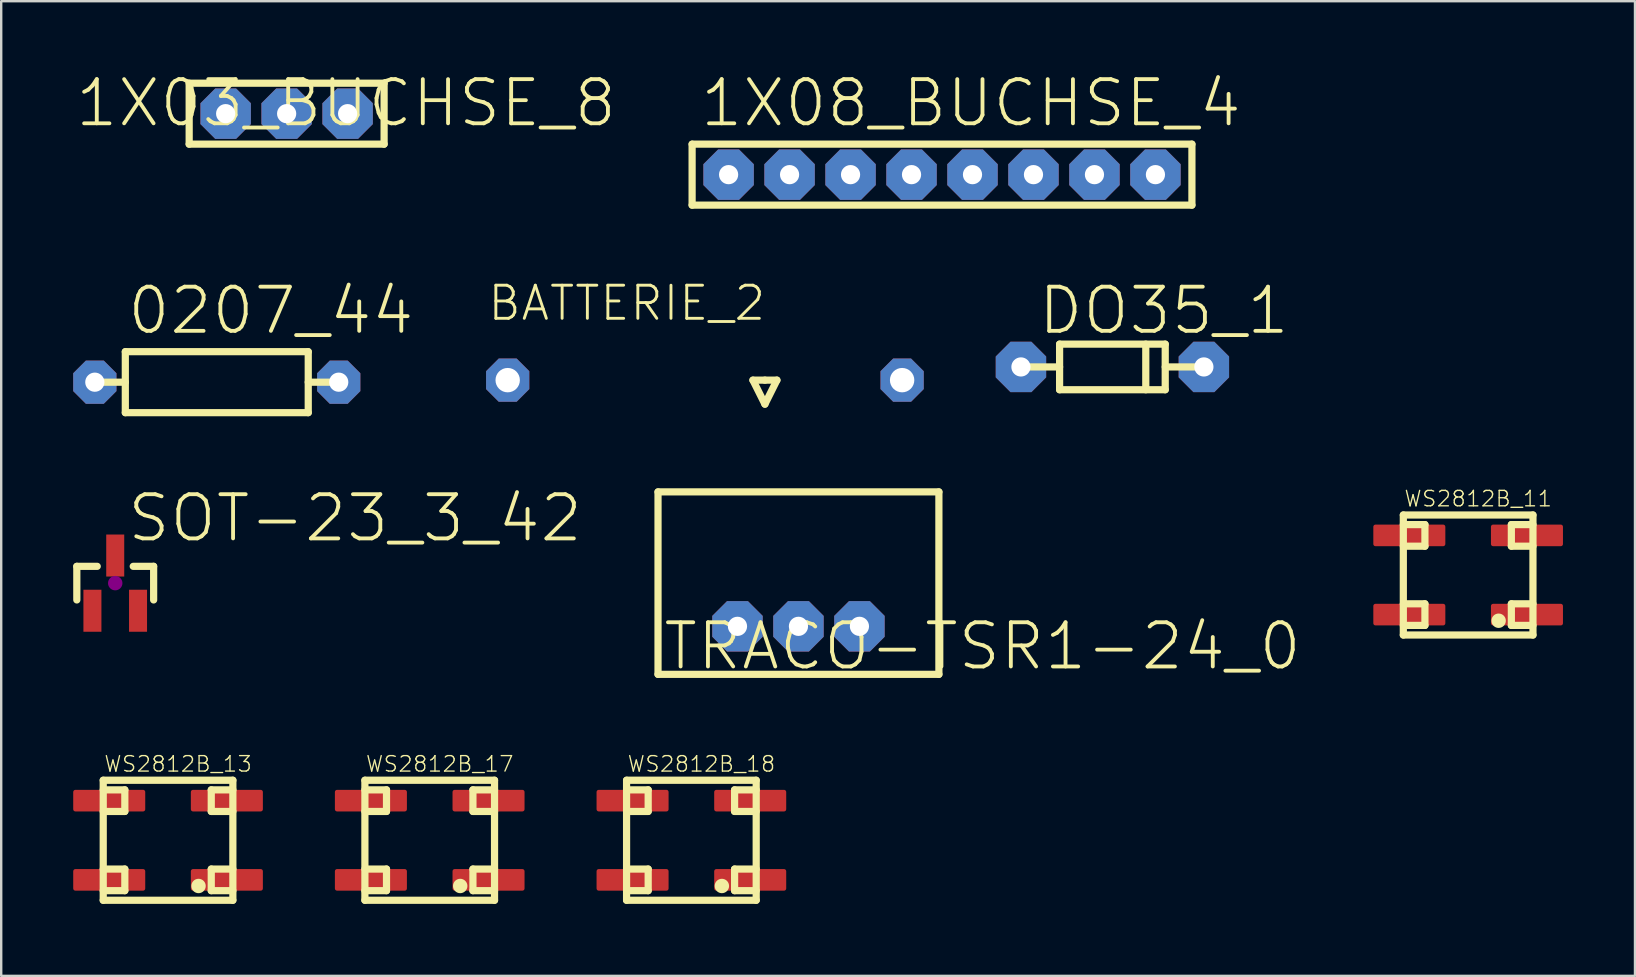
<source format=kicad_pcb>
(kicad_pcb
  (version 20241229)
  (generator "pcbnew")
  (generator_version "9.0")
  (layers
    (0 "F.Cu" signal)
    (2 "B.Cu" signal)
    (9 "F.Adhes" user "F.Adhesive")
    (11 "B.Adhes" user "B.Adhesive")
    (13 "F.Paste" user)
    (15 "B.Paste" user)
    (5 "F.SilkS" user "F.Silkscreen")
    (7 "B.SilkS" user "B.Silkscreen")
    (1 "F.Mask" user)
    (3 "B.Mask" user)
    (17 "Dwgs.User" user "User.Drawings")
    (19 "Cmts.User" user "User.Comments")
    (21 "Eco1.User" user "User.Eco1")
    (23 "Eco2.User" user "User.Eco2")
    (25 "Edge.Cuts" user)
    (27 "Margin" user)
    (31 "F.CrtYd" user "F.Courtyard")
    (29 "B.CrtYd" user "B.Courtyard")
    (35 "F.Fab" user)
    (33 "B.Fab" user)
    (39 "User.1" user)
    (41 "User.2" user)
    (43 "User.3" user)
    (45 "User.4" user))
  (footprint "TRACO-TSR1-24_0"
    (layer "F.Cu")
    (at 30.21 23.04)
    (property "Reference" "TRACO-TSR1-24_0" (at -5.715 1.905 0) (layer "F.SilkS") (effects (font (size 1.84 1.84) (thickness 0.16)) (justify left bottom)))
    (fp_line (start -5.85 -5.6) (end 5.85 -5.6) (stroke (width 0.3) (type solid)) (layer "F.SilkS"))
    (fp_line (start -5.85 2) (end -5.85 -5.6) (stroke (width 0.3) (type solid)) (layer "F.SilkS"))
    (fp_line (start -5.85 2) (end 5.85 2) (stroke (width 0.3) (type solid)) (layer "F.SilkS"))
    (fp_line (start 5.85 -5.6) (end 5.85 2) (stroke (width 0.3) (type solid)) (layer "F.SilkS"))
    (pad "1" thru_hole roundrect (at -2.54 0) (size 2.1 2.1) (drill 0.8) (layers "*.Cu" "*.Mask") (roundrect_rratio 0.25) (chamfer_ratio 0.293) (chamfer top_left top_right bottom_left bottom_right))
    (pad "2" thru_hole roundrect (at 0 0) (size 2.1 2.1) (drill 0.8) (layers "*.Cu" "*.Mask") (roundrect_rratio 0.25) (chamfer_ratio 0.293) (chamfer top_left top_right bottom_left bottom_right))
    (pad "3" thru_hole roundrect (at 2.54 0) (size 2.1 2.1) (drill 0.8) (layers "*.Cu" "*.Mask") (roundrect_rratio 0.25) (chamfer_ratio 0.293) (chamfer top_left top_right bottom_left bottom_right)))
  (footprint "WS2812B_13"
    (layer "F.Cu")
    (at 3.95 31.951)
    (property "Reference" "WS2812B_13" (at -2.7 -2.8 0) (layer "F.SilkS") (effects (font (size 0.644 0.644) (thickness 0.056)) (justify left bottom)))
    (fp_line (start -2.7 -2.5) (end 2.7 -2.5) (stroke (width 0.3) (type solid)) (layer "F.SilkS"))
    (fp_line (start -2.7 2.5) (end -2.7 -2.5) (stroke (width 0.3) (type solid)) (layer "F.SilkS"))
    (fp_line (start -1.8 -2.1) (end -2.7 -2.1) (stroke (width 0.3) (type solid)) (layer "F.SilkS"))
    (fp_line (start -1.8 -1.2) (end -2.7 -1.2) (stroke (width 0.3) (type solid)) (layer "F.SilkS"))
    (fp_line (start -1.8 -1.2) (end -1.8 -2.1) (stroke (width 0.3) (type solid)) (layer "F.SilkS"))
    (fp_line (start -1.8 1.2) (end -2.7 1.2) (stroke (width 0.3) (type solid)) (layer "F.SilkS"))
    (fp_line (start -1.8 2.1) (end -2.7 2.1) (stroke (width 0.3) (type solid)) (layer "F.SilkS"))
    (fp_line (start -1.8 2.1) (end -1.8 1.2) (stroke (width 0.3) (type solid)) (layer "F.SilkS"))
    (fp_line (start 1.8 -2.1) (end 2.7 -2.1) (stroke (width 0.3) (type solid)) (layer "F.SilkS"))
    (fp_line (start 1.8 -1.2) (end 1.8 -2.1) (stroke (width 0.3) (type solid)) (layer "F.SilkS"))
    (fp_line (start 1.8 -1.2) (end 2.7 -1.2) (stroke (width 0.3) (type solid)) (layer "F.SilkS"))
    (fp_line (start 1.8 1.2) (end 2.7 1.2) (stroke (width 0.3) (type solid)) (layer "F.SilkS"))
    (fp_line (start 1.8 2.1) (end 1.8 1.2) (stroke (width 0.3) (type solid)) (layer "F.SilkS"))
    (fp_line (start 1.8 2.1) (end 2.7 2.1) (stroke (width 0.3) (type solid)) (layer "F.SilkS"))
    (fp_line (start 2.7 -2.5) (end 2.7 2.5) (stroke (width 0.3) (type solid)) (layer "F.SilkS"))
    (fp_line (start 2.7 2.5) (end -2.7 2.5) (stroke (width 0.3) (type solid)) (layer "F.SilkS"))
    (fp_circle (center 1.27 1.905) (end 1.42 1.905) (stroke (width 0.3) (type solid)) (fill yes) (layer "F.SilkS"))
    (pad "1" smd roundrect (at -2.45 -1.65) (size 3 0.9) (layers "F.Cu" "F.Mask" "F.Paste") (roundrect_rratio 0.1))
    (pad "2" smd roundrect (at -2.45 1.65) (size 3 0.9) (layers "F.Cu" "F.Mask" "F.Paste") (roundrect_rratio 0.1))
    (pad "3" smd roundrect (at 2.45 1.65) (size 3 0.9) (layers "F.Cu" "F.Mask" "F.Paste") (roundrect_rratio 0.1))
    (pad "4" smd roundrect (at 2.45 -1.65) (size 3 0.9) (layers "F.Cu" "F.Mask" "F.Paste") (roundrect_rratio 0.1)))
  (footprint "1X08_BUCHSE_4"
    (layer "F.Cu")
    (at 36.19 4.225)
    (property "Reference" "1X08_BUCHSE_4" (at -10.16 -1.905 0) (layer "F.SilkS") (effects (font (size 1.84 1.84) (thickness 0.16)) (justify left bottom)))
    (fp_line (start -10.41 -1.27) (end -10.41 1.27) (stroke (width 0.3) (type solid)) (layer "F.SilkS"))
    (fp_line (start -10.41 1.27) (end 10.41 1.27) (stroke (width 0.3) (type solid)) (layer "F.SilkS"))
    (fp_line (start 10.41 -1.27) (end -10.41 -1.27) (stroke (width 0.3) (type solid)) (layer "F.SilkS"))
    (fp_line (start 10.41 1.27) (end 10.41 -1.27) (stroke (width 0.3) (type solid)) (layer "F.SilkS"))
    (pad "1" thru_hole roundrect (at -8.89 0) (size 2.1 2.1) (drill 0.8) (layers "*.Cu" "*.Mask") (roundrect_rratio 0.25) (chamfer_ratio 0.293) (chamfer top_left top_right bottom_left bottom_right))
    (pad "2" thru_hole roundrect (at -6.35 0) (size 2.1 2.1) (drill 0.8) (layers "*.Cu" "*.Mask") (roundrect_rratio 0.25) (chamfer_ratio 0.293) (chamfer top_left top_right bottom_left bottom_right))
    (pad "3" thru_hole roundrect (at -3.81 0) (size 2.1 2.1) (drill 0.8) (layers "*.Cu" "*.Mask") (roundrect_rratio 0.25) (chamfer_ratio 0.293) (chamfer top_left top_right bottom_left bottom_right))
    (pad "4" thru_hole roundrect (at -1.27 0) (size 2.1 2.1) (drill 0.8) (layers "*.Cu" "*.Mask") (roundrect_rratio 0.25) (chamfer_ratio 0.293) (chamfer top_left top_right bottom_left bottom_right))
    (pad "5" thru_hole roundrect (at 1.27 0) (size 2.1 2.1) (drill 0.8) (layers "*.Cu" "*.Mask") (roundrect_rratio 0.25) (chamfer_ratio 0.293) (chamfer top_left top_right bottom_left bottom_right))
    (pad "6" thru_hole roundrect (at 3.81 0) (size 2.1 2.1) (drill 0.8) (layers "*.Cu" "*.Mask") (roundrect_rratio 0.25) (chamfer_ratio 0.293) (chamfer top_left top_right bottom_left bottom_right))
    (pad "7" thru_hole roundrect (at 6.35 0) (size 2.1 2.1) (drill 0.8) (layers "*.Cu" "*.Mask") (roundrect_rratio 0.25) (chamfer_ratio 0.293) (chamfer top_left top_right bottom_left bottom_right))
    (pad "8" thru_hole roundrect (at 8.89 0) (size 2.1 2.1) (drill 0.8) (layers "*.Cu" "*.Mask") (roundrect_rratio 0.25) (chamfer_ratio 0.293) (chamfer top_left top_right bottom_left bottom_right)))
  (footprint "WS2812B_18"
    (layer "F.Cu")
    (at 25.75 31.951)
    (property "Reference" "WS2812B_18" (at -2.7 -2.8 0) (layer "F.SilkS") (effects (font (size 0.644 0.644) (thickness 0.056)) (justify left bottom)))
    (fp_line (start -2.7 -2.5) (end 2.7 -2.5) (stroke (width 0.3) (type solid)) (layer "F.SilkS"))
    (fp_line (start -2.7 2.5) (end -2.7 -2.5) (stroke (width 0.3) (type solid)) (layer "F.SilkS"))
    (fp_line (start -1.8 -2.1) (end -2.7 -2.1) (stroke (width 0.3) (type solid)) (layer "F.SilkS"))
    (fp_line (start -1.8 -1.2) (end -2.7 -1.2) (stroke (width 0.3) (type solid)) (layer "F.SilkS"))
    (fp_line (start -1.8 -1.2) (end -1.8 -2.1) (stroke (width 0.3) (type solid)) (layer "F.SilkS"))
    (fp_line (start -1.8 1.2) (end -2.7 1.2) (stroke (width 0.3) (type solid)) (layer "F.SilkS"))
    (fp_line (start -1.8 2.1) (end -2.7 2.1) (stroke (width 0.3) (type solid)) (layer "F.SilkS"))
    (fp_line (start -1.8 2.1) (end -1.8 1.2) (stroke (width 0.3) (type solid)) (layer "F.SilkS"))
    (fp_line (start 1.8 -2.1) (end 2.7 -2.1) (stroke (width 0.3) (type solid)) (layer "F.SilkS"))
    (fp_line (start 1.8 -1.2) (end 1.8 -2.1) (stroke (width 0.3) (type solid)) (layer "F.SilkS"))
    (fp_line (start 1.8 -1.2) (end 2.7 -1.2) (stroke (width 0.3) (type solid)) (layer "F.SilkS"))
    (fp_line (start 1.8 1.2) (end 2.7 1.2) (stroke (width 0.3) (type solid)) (layer "F.SilkS"))
    (fp_line (start 1.8 2.1) (end 1.8 1.2) (stroke (width 0.3) (type solid)) (layer "F.SilkS"))
    (fp_line (start 1.8 2.1) (end 2.7 2.1) (stroke (width 0.3) (type solid)) (layer "F.SilkS"))
    (fp_line (start 2.7 -2.5) (end 2.7 2.5) (stroke (width 0.3) (type solid)) (layer "F.SilkS"))
    (fp_line (start 2.7 2.5) (end -2.7 2.5) (stroke (width 0.3) (type solid)) (layer "F.SilkS"))
    (fp_circle (center 1.27 1.905) (end 1.42 1.905) (stroke (width 0.3) (type solid)) (fill yes) (layer "F.SilkS"))
    (pad "1" smd roundrect (at -2.45 -1.65) (size 3 0.9) (layers "F.Cu" "F.Mask" "F.Paste") (roundrect_rratio 0.1))
    (pad "2" smd roundrect (at -2.45 1.65) (size 3 0.9) (layers "F.Cu" "F.Mask" "F.Paste") (roundrect_rratio 0.1))
    (pad "3" smd roundrect (at 2.45 1.65) (size 3 0.9) (layers "F.Cu" "F.Mask" "F.Paste") (roundrect_rratio 0.1))
    (pad "4" smd roundrect (at 2.45 -1.65) (size 3 0.9) (layers "F.Cu" "F.Mask" "F.Paste") (roundrect_rratio 0.1)))
  (footprint "1X03_BUCHSE_8"
    (layer "F.Cu")
    (at 8.89 1.685)
    (property "Reference" "1X03_BUCHSE_8" (at -8.89 0.635 0) (layer "F.SilkS") (effects (font (size 1.84 1.84) (thickness 0.16)) (justify left bottom)))
    (fp_line (start -4.06 -1.27) (end -4.06 1.27) (stroke (width 0.3) (type solid)) (layer "F.SilkS"))
    (fp_line (start -4.06 1.27) (end 4.06 1.27) (stroke (width 0.3) (type solid)) (layer "F.SilkS"))
    (fp_line (start 4.06 -1.27) (end -4.06 -1.27) (stroke (width 0.3) (type solid)) (layer "F.SilkS"))
    (fp_line (start 4.06 1.27) (end 4.06 -1.27) (stroke (width 0.3) (type solid)) (layer "F.SilkS"))
    (pad "1" thru_hole roundrect (at -2.54 0) (size 2.1 2.1) (drill 0.8) (layers "*.Cu" "*.Mask") (roundrect_rratio 0.25) (chamfer_ratio 0.293) (chamfer top_left top_right bottom_left bottom_right))
    (pad "2" thru_hole roundrect (at 0 0) (size 2.1 2.1) (drill 0.8) (layers "*.Cu" "*.Mask") (roundrect_rratio 0.25) (chamfer_ratio 0.293) (chamfer top_left top_right bottom_left bottom_right))
    (pad "3" thru_hole roundrect (at 2.54 0) (size 2.1 2.1) (drill 0.8) (layers "*.Cu" "*.Mask") (roundrect_rratio 0.25) (chamfer_ratio 0.293) (chamfer top_left top_right bottom_left bottom_right)))
  (footprint "SOT-23_3_42"
    (layer "F.Cu")
    (at 1.75 21.241)
    (property "Reference" "SOT-23_3_42" (at 0.422 -1.631 0) (layer "F.SilkS") (effects (font (size 1.84 1.84) (thickness 0.16)) (justify left bottom)))
    (fp_line (start -1.6 -0.7) (end -0.75 -0.7) (stroke (width 0.3) (type solid)) (layer "F.SilkS"))
    (fp_line (start -1.6 0.7) (end -1.6 -0.7) (stroke (width 0.3) (type solid)) (layer "F.SilkS"))
    (fp_line (start 0.75 -0.7) (end 1.6 -0.7) (stroke (width 0.3) (type solid)) (layer "F.SilkS"))
    (fp_line (start 1.6 -0.7) (end 1.6 0.7) (stroke (width 0.3) (type solid)) (layer "F.SilkS"))
    (fp_circle (center 0 0) (end 0.15 0) (stroke (width 0.3) (type solid)) (fill yes) (layer "F.Adhes"))
    (pad "1" smd rect (at -0.95 1.15) (size 0.75 1.75) (layers "F.Cu" "F.Mask" "F.Paste"))
    (pad "2" smd rect (at 0.95 1.15) (size 0.75 1.75) (layers "F.Cu" "F.Mask" "F.Paste"))
    (pad "3" smd rect (at 0 -1.15) (size 0.75 1.75) (layers "F.Cu" "F.Mask" "F.Paste")))
  (footprint "DO35_1"
    (layer "F.Cu")
    (at 43.288 12.235)
    (property "Reference" "DO35_1" (at -3.175 -1.27 0) (layer "F.SilkS") (effects (font (size 1.84 1.84) (thickness 0.16)) (justify left bottom)))
    (fp_line (start -3.81 0) (end -2.2 0) (stroke (width 0.3) (type solid)) (layer "F.SilkS"))
    (fp_line (start -2.2 -0.95) (end -2.2 0.95) (stroke (width 0.3) (type solid)) (layer "F.SilkS"))
    (fp_line (start -2.2 0.95) (end 2.2 0.95) (stroke (width 0.3) (type solid)) (layer "F.SilkS"))
    (fp_line (start 1.39 0.95) (end 1.39 -0.95) (stroke (width 0.3) (type solid)) (layer "F.SilkS"))
    (fp_line (start 2.2 -0.95) (end -2.2 -0.95) (stroke (width 0.3) (type solid)) (layer "F.SilkS"))
    (fp_line (start 2.2 0.95) (end 2.2 -0.95) (stroke (width 0.3) (type solid)) (layer "F.SilkS"))
    (fp_line (start 3.81 0) (end 2.2 0) (stroke (width 0.3) (type solid)) (layer "F.SilkS"))
    (pad "1" thru_hole roundrect (at -3.81 0) (size 2.1 2.1) (drill 0.8) (layers "*.Cu" "*.Mask") (roundrect_rratio 0.25) (chamfer_ratio 0.293) (chamfer top_left top_right bottom_left bottom_right))
    (pad "2" thru_hole roundrect (at 3.81 0) (size 2.1 2.1) (drill 0.8) (layers "*.Cu" "*.Mask") (roundrect_rratio 0.25) (chamfer_ratio 0.293) (chamfer top_left top_right bottom_left bottom_right)))
  (footprint "BATTERIE_2"
    (layer "F.Cu")
    (at 28.813 12.785)
    (property "Reference" "BATTERIE_2" (at -11.615 -2.4 0) (layer "F.SilkS") (effects (font (size 1.38 1.38) (thickness 0.12)) (justify left bottom)))
    (fp_line (start -0.5 0) (end 0 1) (stroke (width 0.3) (type solid)) (layer "F.SilkS"))
    (fp_line (start 0 0) (end -0.5 0) (stroke (width 0.3) (type solid)) (layer "F.SilkS"))
    (fp_line (start 0 1) (end 0.5 0) (stroke (width 0.3) (type solid)) (layer "F.SilkS"))
    (fp_line (start 0.5 0) (end 0 0) (stroke (width 0.3) (type solid)) (layer "F.SilkS"))
    (pad "1" thru_hole roundrect (at 5.715 0) (size 1.8 1.8) (drill 1.016) (layers "*.Cu" "*.Mask") (roundrect_rratio 0.25) (chamfer_ratio 0.293) (chamfer top_left top_right bottom_left bottom_right))
    (pad "2" thru_hole roundrect (at -10.715 0) (size 1.8 1.8) (drill 1.016) (layers "*.Cu" "*.Mask") (roundrect_rratio 0.25) (chamfer_ratio 0.293) (chamfer top_left top_right bottom_left bottom_right)))
  (footprint "WS2812B_11"
    (layer "F.Cu")
    (at 58.106 20.902)
    (property "Reference" "WS2812B_11" (at -2.7 -2.8 0) (layer "F.SilkS") (effects (font (size 0.644 0.644) (thickness 0.056)) (justify left bottom)))
    (fp_line (start -2.7 -2.5) (end 2.7 -2.5) (stroke (width 0.3) (type solid)) (layer "F.SilkS"))
    (fp_line (start -2.7 2.5) (end -2.7 -2.5) (stroke (width 0.3) (type solid)) (layer "F.SilkS"))
    (fp_line (start -1.8 -2.1) (end -2.7 -2.1) (stroke (width 0.3) (type solid)) (layer "F.SilkS"))
    (fp_line (start -1.8 -1.2) (end -2.7 -1.2) (stroke (width 0.3) (type solid)) (layer "F.SilkS"))
    (fp_line (start -1.8 -1.2) (end -1.8 -2.1) (stroke (width 0.3) (type solid)) (layer "F.SilkS"))
    (fp_line (start -1.8 1.2) (end -2.7 1.2) (stroke (width 0.3) (type solid)) (layer "F.SilkS"))
    (fp_line (start -1.8 2.1) (end -2.7 2.1) (stroke (width 0.3) (type solid)) (layer "F.SilkS"))
    (fp_line (start -1.8 2.1) (end -1.8 1.2) (stroke (width 0.3) (type solid)) (layer "F.SilkS"))
    (fp_line (start 1.8 -2.1) (end 2.7 -2.1) (stroke (width 0.3) (type solid)) (layer "F.SilkS"))
    (fp_line (start 1.8 -1.2) (end 1.8 -2.1) (stroke (width 0.3) (type solid)) (layer "F.SilkS"))
    (fp_line (start 1.8 -1.2) (end 2.7 -1.2) (stroke (width 0.3) (type solid)) (layer "F.SilkS"))
    (fp_line (start 1.8 1.2) (end 2.7 1.2) (stroke (width 0.3) (type solid)) (layer "F.SilkS"))
    (fp_line (start 1.8 2.1) (end 1.8 1.2) (stroke (width 0.3) (type solid)) (layer "F.SilkS"))
    (fp_line (start 1.8 2.1) (end 2.7 2.1) (stroke (width 0.3) (type solid)) (layer "F.SilkS"))
    (fp_line (start 2.7 -2.5) (end 2.7 2.5) (stroke (width 0.3) (type solid)) (layer "F.SilkS"))
    (fp_line (start 2.7 2.5) (end -2.7 2.5) (stroke (width 0.3) (type solid)) (layer "F.SilkS"))
    (fp_circle (center 1.27 1.905) (end 1.42 1.905) (stroke (width 0.3) (type solid)) (fill yes) (layer "F.SilkS"))
    (pad "1" smd roundrect (at -2.45 -1.65) (size 3 0.9) (layers "F.Cu" "F.Mask" "F.Paste") (roundrect_rratio 0.1))
    (pad "2" smd roundrect (at -2.45 1.65) (size 3 0.9) (layers "F.Cu" "F.Mask" "F.Paste") (roundrect_rratio 0.1))
    (pad "3" smd roundrect (at 2.45 1.65) (size 3 0.9) (layers "F.Cu" "F.Mask" "F.Paste") (roundrect_rratio 0.1))
    (pad "4" smd roundrect (at 2.45 -1.65) (size 3 0.9) (layers "F.Cu" "F.Mask" "F.Paste") (roundrect_rratio 0.1)))
  (footprint "WS2812B_17"
    (layer "F.Cu")
    (at 14.85 31.951)
    (property "Reference" "WS2812B_17" (at -2.7 -2.8 0) (layer "F.SilkS") (effects (font (size 0.644 0.644) (thickness 0.056)) (justify left bottom)))
    (fp_line (start -2.7 -2.5) (end 2.7 -2.5) (stroke (width 0.3) (type solid)) (layer "F.SilkS"))
    (fp_line (start -2.7 2.5) (end -2.7 -2.5) (stroke (width 0.3) (type solid)) (layer "F.SilkS"))
    (fp_line (start -1.8 -2.1) (end -2.7 -2.1) (stroke (width 0.3) (type solid)) (layer "F.SilkS"))
    (fp_line (start -1.8 -1.2) (end -2.7 -1.2) (stroke (width 0.3) (type solid)) (layer "F.SilkS"))
    (fp_line (start -1.8 -1.2) (end -1.8 -2.1) (stroke (width 0.3) (type solid)) (layer "F.SilkS"))
    (fp_line (start -1.8 1.2) (end -2.7 1.2) (stroke (width 0.3) (type solid)) (layer "F.SilkS"))
    (fp_line (start -1.8 2.1) (end -2.7 2.1) (stroke (width 0.3) (type solid)) (layer "F.SilkS"))
    (fp_line (start -1.8 2.1) (end -1.8 1.2) (stroke (width 0.3) (type solid)) (layer "F.SilkS"))
    (fp_line (start 1.8 -2.1) (end 2.7 -2.1) (stroke (width 0.3) (type solid)) (layer "F.SilkS"))
    (fp_line (start 1.8 -1.2) (end 1.8 -2.1) (stroke (width 0.3) (type solid)) (layer "F.SilkS"))
    (fp_line (start 1.8 -1.2) (end 2.7 -1.2) (stroke (width 0.3) (type solid)) (layer "F.SilkS"))
    (fp_line (start 1.8 1.2) (end 2.7 1.2) (stroke (width 0.3) (type solid)) (layer "F.SilkS"))
    (fp_line (start 1.8 2.1) (end 1.8 1.2) (stroke (width 0.3) (type solid)) (layer "F.SilkS"))
    (fp_line (start 1.8 2.1) (end 2.7 2.1) (stroke (width 0.3) (type solid)) (layer "F.SilkS"))
    (fp_line (start 2.7 -2.5) (end 2.7 2.5) (stroke (width 0.3) (type solid)) (layer "F.SilkS"))
    (fp_line (start 2.7 2.5) (end -2.7 2.5) (stroke (width 0.3) (type solid)) (layer "F.SilkS"))
    (fp_circle (center 1.27 1.905) (end 1.42 1.905) (stroke (width 0.3) (type solid)) (fill yes) (layer "F.SilkS"))
    (pad "1" smd roundrect (at -2.45 -1.65) (size 3 0.9) (layers "F.Cu" "F.Mask" "F.Paste") (roundrect_rratio 0.1))
    (pad "2" smd roundrect (at -2.45 1.65) (size 3 0.9) (layers "F.Cu" "F.Mask" "F.Paste") (roundrect_rratio 0.1))
    (pad "3" smd roundrect (at 2.45 1.65) (size 3 0.9) (layers "F.Cu" "F.Mask" "F.Paste") (roundrect_rratio 0.1))
    (pad "4" smd roundrect (at 2.45 -1.65) (size 3 0.9) (layers "F.Cu" "F.Mask" "F.Paste") (roundrect_rratio 0.1)))
  (footprint "0207_44"
    (layer "F.Cu")
    (at 5.98 12.87)
    (property "Reference" "0207_44" (at -3.81 -1.905 0) (layer "F.SilkS") (effects (font (size 1.84 1.84) (thickness 0.16)) (justify left bottom)))
    (fp_line (start -5.08 0) (end -3.81 0) (stroke (width 0.3) (type solid)) (layer "F.SilkS"))
    (fp_line (start -3.81 -1.27) (end 3.81 -1.27) (stroke (width 0.3) (type solid)) (layer "F.SilkS"))
    (fp_line (start -3.81 1.27) (end -3.81 -1.27) (stroke (width 0.3) (type solid)) (layer "F.SilkS"))
    (fp_line (start 3.81 -1.27) (end 3.81 1.27) (stroke (width 0.3) (type solid)) (layer "F.SilkS"))
    (fp_line (start 3.81 0) (end 5.08 0) (stroke (width 0.3) (type solid)) (layer "F.SilkS"))
    (fp_line (start 3.81 1.27) (end -3.81 1.27) (stroke (width 0.3) (type solid)) (layer "F.SilkS"))
    (pad "1" thru_hole roundrect (at -5.08 0) (size 1.8 1.8) (drill 0.8) (layers "*.Cu" "*.Mask") (roundrect_rratio 0.25) (chamfer_ratio 0.293) (chamfer top_left top_right bottom_left bottom_right))
    (pad "2" thru_hole roundrect (at 5.08 0) (size 1.8 1.8) (drill 0.8) (layers "*.Cu" "*.Mask") (roundrect_rratio 0.25) (chamfer_ratio 0.293) (chamfer top_left top_right bottom_left bottom_right)))
  (gr_rect
    (start -3 -3)
    (end 65.056 37.601)
    (stroke (width 0.1) (type default))
    (fill no)
    (layer "Edge.Cuts")))
</source>
